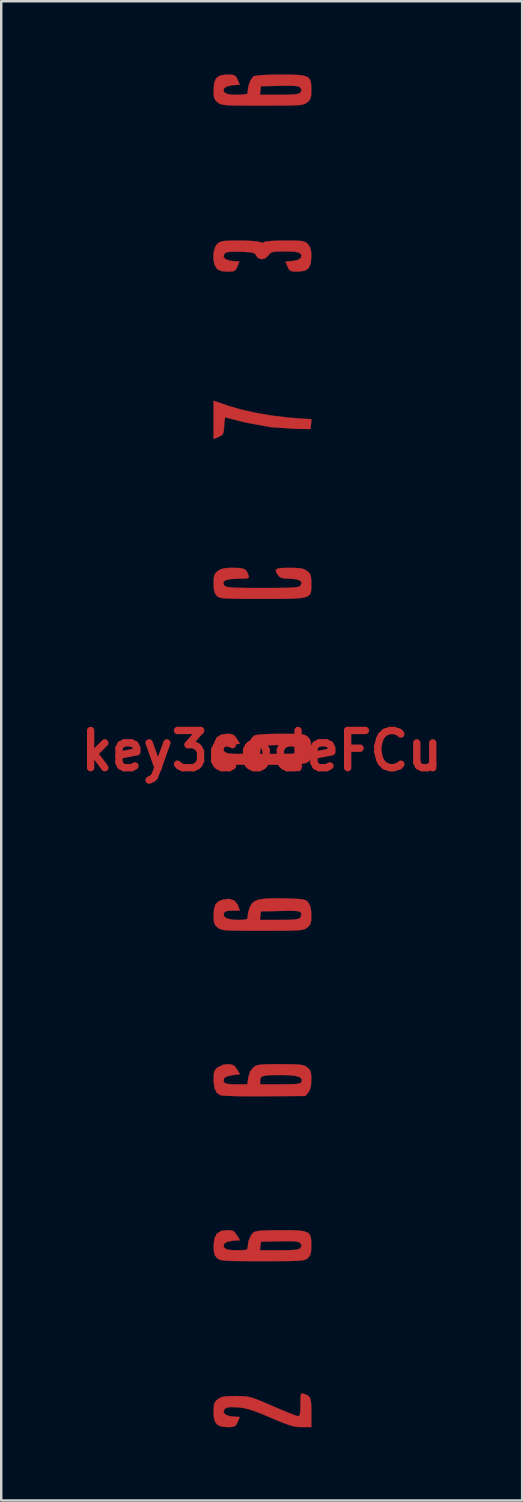
<source format=kicad_pcb>
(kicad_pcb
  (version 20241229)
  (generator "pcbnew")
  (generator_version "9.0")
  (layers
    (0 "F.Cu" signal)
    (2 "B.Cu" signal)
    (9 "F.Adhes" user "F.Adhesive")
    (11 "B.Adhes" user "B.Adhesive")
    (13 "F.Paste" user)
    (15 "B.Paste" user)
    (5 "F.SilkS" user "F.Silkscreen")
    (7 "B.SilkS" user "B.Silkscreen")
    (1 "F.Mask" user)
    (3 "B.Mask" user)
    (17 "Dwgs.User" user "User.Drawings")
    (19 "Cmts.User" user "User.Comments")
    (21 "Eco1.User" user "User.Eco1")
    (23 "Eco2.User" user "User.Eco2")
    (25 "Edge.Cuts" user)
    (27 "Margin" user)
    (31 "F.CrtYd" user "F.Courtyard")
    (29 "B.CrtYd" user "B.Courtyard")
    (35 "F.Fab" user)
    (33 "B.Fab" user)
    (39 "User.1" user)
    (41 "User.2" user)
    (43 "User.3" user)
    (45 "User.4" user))
  (footprint "key3codeFCu"
    (layer "F.Cu")
    (at 7.664 27.691)
    (property "Reference" "key3codeFCu" (at 0 0 0) (layer "F.Cu") (effects (font (size 1.524 1.524) (thickness 0.3))))
    (attr through_hole)
    (fp_poly (pts (xy -1.347 -14.121) (xy -0.836 -13.971) (xy -0.237 -13.838) (xy 0.413 -13.727) (xy 1.074 -13.647) (xy 1.416 -13.618) (xy 2.039 -13.577) (xy 2 -13.176) (xy 1.388 -13.184) (xy 0.384 -13.252) (xy -0.623 -13.434) (xy -0.879 -13.497) (xy -1.135 -13.564) (xy -1.34 -13.616) (xy -1.468 -13.647) (xy -1.495 -13.652) (xy -1.51 -13.595) (xy -1.527 -13.447) (xy -1.537 -13.298) (xy -1.553 -13.092) (xy -1.588 -12.974) (xy -1.662 -12.904) (xy -1.762 -12.856) (xy -1.968 -12.77) (xy -1.968 -14.334) (xy -1.347 -14.121)) (stroke (width 0.01) (type solid)) (fill yes) (layer "F.Cu"))
    (fp_poly (pts (xy 1.73 26.324) (xy 1.865 26.375) (xy 1.953 26.447) (xy 2.003 26.564) (xy 2.026 26.753) (xy 2.032 27.04) (xy 2.032 27.091) (xy 2.032 27.686) (xy 1.647 27.686) (xy 1.479 27.679) (xy 1.314 27.655) (xy 1.127 27.603) (xy 0.891 27.518) (xy 0.581 27.392) (xy 0.361 27.297) (xy -0.021 27.136) (xy -0.318 27.023) (xy -0.556 26.948) (xy -0.763 26.902) (xy -0.968 26.878) (xy -0.986 26.877) (xy -1.236 26.866) (xy -1.392 26.877) (xy -1.485 26.916) (xy -1.518 26.948) (xy -1.564 27.07) (xy -1.495 27.169) (xy -1.322 27.234) (xy -1.175 27.254) (xy -0.899 27.273) (xy -0.986 27.48) (xy -1.048 27.602) (xy -1.126 27.663) (xy -1.262 27.684) (xy -1.394 27.686) (xy -1.634 27.667) (xy -1.792 27.601) (xy -1.841 27.559) (xy -1.92 27.446) (xy -1.959 27.284) (xy -1.968 27.056) (xy -1.961 26.834) (xy -1.931 26.697) (xy -1.863 26.601) (xy -1.801 26.548) (xy -1.698 26.482) (xy -1.571 26.442) (xy -1.388 26.422) (xy -1.115 26.416) (xy -1.064 26.416) (xy -0.849 26.418) (xy -0.675 26.427) (xy -0.516 26.452) (xy -0.345 26.5) (xy -0.135 26.578) (xy 0.141 26.693) (xy 0.454 26.829) (xy 0.78 26.968) (xy 1.069 27.087) (xy 1.3 27.178) (xy 1.451 27.231) (xy 1.495 27.241) (xy 1.544 27.214) (xy 1.573 27.118) (xy 1.586 26.93) (xy 1.587 26.761) (xy 1.589 26.518) (xy 1.6 26.378) (xy 1.627 26.317) (xy 1.679 26.31) (xy 1.73 26.324)) (stroke (width 0.01) (type solid)) (fill yes) (layer "F.Cu"))
    (fp_poly (pts (xy 1.127 12.828) (xy 1.392 12.835) (xy 1.577 12.848) (xy 1.702 12.872) (xy 1.791 12.908) (xy 1.865 12.959) (xy 1.962 13.051) (xy 2.012 13.162) (xy 2.03 13.333) (xy 2.032 13.46) (xy 2.015 13.727) (xy 1.957 13.909) (xy 1.911 13.979) (xy 1.789 14.129) (xy 0.117 14.142) (xy -0.338 14.144) (xy -0.757 14.141) (xy -1.12 14.134) (xy -1.411 14.124) (xy -1.609 14.112) (xy -1.694 14.098) (xy -1.843 13.993) (xy -1.931 13.814) (xy -1.967 13.542) (xy -1.968 13.439) (xy -1.96 13.224) (xy -1.923 13.091) (xy -1.842 12.992) (xy -1.801 12.959) (xy -1.575 12.851) (xy -1.388 12.827) (xy -1.209 12.845) (xy -1.094 12.922) (xy -1.015 13.033) (xy -0.889 13.24) (xy -1.175 13.274) (xy -1.417 13.324) (xy -1.543 13.403) (xy -1.56 13.518) (xy -1.551 13.547) (xy -1.504 13.604) (xy -1.401 13.636) (xy -1.215 13.651) (xy -1.049 13.652) (xy -0.588 13.652) (xy -0.568 13.501) (xy -0.064 13.501) (xy -0.064 13.652) (xy 0.764 13.652) (xy 1.108 13.65) (xy 1.346 13.643) (xy 1.498 13.627) (xy 1.585 13.6) (xy 1.626 13.561) (xy 1.632 13.548) (xy 1.637 13.436) (xy 1.55 13.355) (xy 1.36 13.303) (xy 1.06 13.276) (xy 0.787 13.271) (xy 0.442 13.275) (xy 0.204 13.288) (xy 0.054 13.316) (xy -0.027 13.365) (xy -0.059 13.44) (xy -0.064 13.501) (xy -0.568 13.501) (xy -0.552 13.383) (xy -0.468 13.114) (xy -0.35 12.97) (xy -0.277 12.914) (xy -0.196 12.875) (xy -0.084 12.85) (xy 0.082 12.836) (xy 0.326 12.829) (xy 0.668 12.827) (xy 0.757 12.827) (xy 1.127 12.828)) (stroke (width 0.01) (type solid)) (fill yes) (layer "F.Cu"))
    (fp_poly (pts (xy -1.225 -0.685) (xy -1.111 -0.623) (xy -1.015 -0.492) (xy -0.889 -0.286) (xy -1.17 -0.267) (xy -1.399 -0.226) (xy -1.534 -0.147) (xy -1.563 -0.041) (xy -1.524 0.032) (xy -1.424 0.09) (xy -1.234 0.12) (xy -1.008 0.127) (xy -0.072 0.127) (xy 0.718 0.127) (xy 1.068 0.124) (xy 1.311 0.113) (xy 1.467 0.091) (xy 1.557 0.058) (xy 1.587 0.032) (xy 1.634 -0.069) (xy 1.586 -0.161) (xy 1.528 -0.203) (xy 1.425 -0.229) (xy 1.254 -0.243) (xy 0.994 -0.245) (xy 0.737 -0.24) (xy -0.032 -0.222) (xy -0.072 0.127) (xy -1.008 0.127) (xy -0.778 0.124) (xy -0.648 0.11) (xy -0.588 0.074) (xy -0.572 0.007) (xy -0.572 -0.028) (xy -0.535 -0.264) (xy -0.44 -0.482) (xy -0.331 -0.612) (xy -0.239 -0.647) (xy -0.061 -0.672) (xy 0.214 -0.688) (xy 0.599 -0.696) (xy 0.766 -0.696) (xy 1.144 -0.696) (xy 1.417 -0.691) (xy 1.606 -0.68) (xy 1.732 -0.659) (xy 1.816 -0.627) (xy 1.88 -0.581) (xy 1.893 -0.569) (xy 1.976 -0.466) (xy 2.018 -0.327) (xy 2.032 -0.111) (xy 2.032 -0.061) (xy 2.032 0.115) (xy 2.021 0.255) (xy 1.989 0.363) (xy 1.92 0.443) (xy 1.803 0.499) (xy 1.624 0.536) (xy 1.37 0.558) (xy 1.028 0.568) (xy 0.585 0.571) (xy 0.032 0.572) (xy -0.486 0.571) (xy -0.892 0.569) (xy -1.2 0.565) (xy -1.427 0.557) (xy -1.587 0.544) (xy -1.695 0.526) (xy -1.766 0.501) (xy -1.816 0.469) (xy -1.841 0.445) (xy -1.921 0.33) (xy -1.959 0.164) (xy -1.968 -0.052) (xy -1.937 -0.355) (xy -1.837 -0.556) (xy -1.658 -0.666) (xy -1.408 -0.699) (xy -1.225 -0.685)) (stroke (width 0.01) (type solid)) (fill yes) (layer "F.Cu"))
    (fp_poly (pts (xy -1.225 19.635) (xy -1.111 19.697) (xy -1.015 19.828) (xy -0.889 20.034) (xy -1.17 20.053) (xy -1.399 20.094) (xy -1.534 20.173) (xy -1.563 20.279) (xy -1.524 20.352) (xy -1.424 20.41) (xy -1.234 20.44) (xy -1.008 20.447) (xy -0.072 20.447) (xy 0.718 20.447) (xy 1.068 20.444) (xy 1.311 20.433) (xy 1.467 20.411) (xy 1.557 20.378) (xy 1.587 20.352) (xy 1.634 20.251) (xy 1.586 20.159) (xy 1.528 20.117) (xy 1.425 20.091) (xy 1.254 20.077) (xy 0.994 20.075) (xy 0.737 20.08) (xy -0.032 20.098) (xy -0.072 20.447) (xy -1.008 20.447) (xy -0.778 20.444) (xy -0.648 20.43) (xy -0.588 20.394) (xy -0.572 20.327) (xy -0.572 20.292) (xy -0.535 20.056) (xy -0.44 19.838) (xy -0.331 19.708) (xy -0.239 19.673) (xy -0.063 19.648) (xy 0.21 19.632) (xy 0.592 19.624) (xy 0.778 19.624) (xy 1.206 19.625) (xy 1.524 19.638) (xy 1.748 19.67) (xy 1.894 19.729) (xy 1.979 19.824) (xy 2.019 19.963) (xy 2.031 20.154) (xy 2.032 20.254) (xy 2.022 20.488) (xy 1.986 20.638) (xy 1.911 20.744) (xy 1.893 20.762) (xy 1.846 20.801) (xy 1.788 20.831) (xy 1.704 20.853) (xy 1.577 20.869) (xy 1.394 20.88) (xy 1.139 20.887) (xy 0.796 20.89) (xy 0.35 20.891) (xy 0.032 20.892) (xy -0.482 20.891) (xy -0.884 20.889) (xy -1.189 20.885) (xy -1.413 20.876) (xy -1.571 20.864) (xy -1.679 20.845) (xy -1.751 20.819) (xy -1.802 20.786) (xy -1.83 20.762) (xy -1.914 20.656) (xy -1.956 20.513) (xy -1.968 20.29) (xy -1.968 20.265) (xy -1.937 19.964) (xy -1.835 19.763) (xy -1.655 19.653) (xy -1.408 19.622) (xy -1.225 19.635)) (stroke (width 0.01) (type solid)) (fill yes) (layer "F.Cu"))
    (fp_poly (pts (xy 1.282 -20.89) (xy 1.515 -20.884) (xy 1.67 -20.868) (xy 1.771 -20.84) (xy 1.842 -20.795) (xy 1.894 -20.745) (xy 1.98 -20.619) (xy 2.022 -20.454) (xy 2.032 -20.237) (xy 2.007 -19.947) (xy 1.921 -19.76) (xy 1.759 -19.657) (xy 1.505 -19.622) (xy 1.461 -19.622) (xy 1.269 -19.628) (xy 1.161 -19.662) (xy 1.096 -19.745) (xy 1.059 -19.828) (xy 0.974 -20.034) (xy 1.244 -20.053) (xy 1.468 -20.095) (xy 1.6 -20.175) (xy 1.626 -20.282) (xy 1.587 -20.352) (xy 1.509 -20.402) (xy 1.361 -20.432) (xy 1.119 -20.445) (xy 0.946 -20.447) (xy 0.675 -20.445) (xy 0.501 -20.433) (xy 0.395 -20.405) (xy 0.327 -20.353) (xy 0.28 -20.288) (xy 0.143 -20.163) (xy -0.017 -20.128) (xy -0.159 -20.184) (xy -0.223 -20.272) (xy -0.263 -20.341) (xy -0.33 -20.384) (xy -0.449 -20.41) (xy -0.648 -20.425) (xy -0.863 -20.433) (xy -1.156 -20.438) (xy -1.348 -20.427) (xy -1.463 -20.398) (xy -1.522 -20.354) (xy -1.565 -20.236) (xy -1.493 -20.138) (xy -1.321 -20.072) (xy -1.181 -20.053) (xy -0.911 -20.034) (xy -0.995 -19.828) (xy -1.056 -19.705) (xy -1.133 -19.644) (xy -1.269 -19.623) (xy -1.397 -19.622) (xy -1.637 -19.641) (xy -1.796 -19.709) (xy -1.841 -19.748) (xy -1.937 -19.92) (xy -1.978 -20.158) (xy -1.966 -20.412) (xy -1.902 -20.636) (xy -1.822 -20.753) (xy -1.747 -20.813) (xy -1.658 -20.853) (xy -1.529 -20.876) (xy -1.332 -20.888) (xy -1.043 -20.891) (xy -0.928 -20.892) (xy -0.623 -20.886) (xy -0.356 -20.872) (xy -0.158 -20.851) (xy -0.063 -20.828) (xy 0.058 -20.799) (xy 0.095 -20.828) (xy 0.173 -20.854) (xy 0.357 -20.874) (xy 0.627 -20.887) (xy 0.945 -20.892) (xy 1.282 -20.89)) (stroke (width 0.01) (type solid)) (fill yes) (layer "F.Cu"))
    (fp_poly (pts (xy 1.422 -7.488) (xy 1.616 -7.47) (xy 1.748 -7.433) (xy 1.853 -7.37) (xy 1.865 -7.361) (xy 1.961 -7.27) (xy 2.011 -7.161) (xy 2.03 -6.993) (xy 2.032 -6.853) (xy 2.032 -6.678) (xy 2.021 -6.539) (xy 1.988 -6.431) (xy 1.92 -6.351) (xy 1.802 -6.295) (xy 1.623 -6.258) (xy 1.368 -6.237) (xy 1.026 -6.226) (xy 0.583 -6.223) (xy 0.032 -6.223) (xy -0.486 -6.223) (xy -0.892 -6.225) (xy -1.2 -6.23) (xy -1.427 -6.238) (xy -1.587 -6.25) (xy -1.695 -6.269) (xy -1.766 -6.293) (xy -1.816 -6.326) (xy -1.841 -6.35) (xy -1.92 -6.463) (xy -1.959 -6.625) (xy -1.968 -6.853) (xy -1.961 -7.075) (xy -1.931 -7.212) (xy -1.863 -7.308) (xy -1.801 -7.361) (xy -1.679 -7.435) (xy -1.525 -7.476) (xy -1.298 -7.492) (xy -1.174 -7.493) (xy -0.906 -7.485) (xy -0.735 -7.453) (xy -0.631 -7.381) (xy -0.565 -7.256) (xy -0.543 -7.191) (xy -0.527 -7.119) (xy -0.55 -7.076) (xy -0.637 -7.055) (xy -0.812 -7.049) (xy -0.972 -7.048) (xy -1.293 -7.031) (xy -1.494 -6.98) (xy -1.575 -6.895) (xy -1.535 -6.777) (xy -1.524 -6.763) (xy -1.48 -6.732) (xy -1.397 -6.708) (xy -1.259 -6.691) (xy -1.052 -6.679) (xy -0.759 -6.672) (xy -0.368 -6.668) (xy 0.032 -6.668) (xy 0.515 -6.669) (xy 0.887 -6.673) (xy 1.161 -6.681) (xy 1.354 -6.693) (xy 1.48 -6.712) (xy 1.555 -6.737) (xy 1.587 -6.763) (xy 1.636 -6.882) (xy 1.568 -6.973) (xy 1.392 -7.03) (xy 1.139 -7.048) (xy 0.917 -7.057) (xy 0.782 -7.089) (xy 0.695 -7.157) (xy 0.67 -7.19) (xy 0.589 -7.323) (xy 0.577 -7.41) (xy 0.648 -7.462) (xy 0.816 -7.486) (xy 1.095 -7.493) (xy 1.134 -7.493) (xy 1.422 -7.488)) (stroke (width 0.01) (type solid)) (fill yes) (layer "F.Cu"))
    (fp_poly (pts (xy 1.216 -27.683) (xy 1.531 -27.67) (xy 1.753 -27.637) (xy 1.897 -27.576) (xy 1.981 -27.48) (xy 2.02 -27.338) (xy 2.031 -27.144) (xy 2.032 -27.056) (xy 2.025 -26.834) (xy 1.994 -26.697) (xy 1.926 -26.601) (xy 1.865 -26.548) (xy 1.808 -26.508) (xy 1.743 -26.477) (xy 1.652 -26.454) (xy 1.52 -26.437) (xy 1.331 -26.427) (xy 1.069 -26.42) (xy 0.718 -26.417) (xy 0.264 -26.416) (xy 0.032 -26.416) (xy -0.473 -26.416) (xy -0.866 -26.419) (xy -1.164 -26.423) (xy -1.383 -26.432) (xy -1.537 -26.446) (xy -1.644 -26.466) (xy -1.719 -26.493) (xy -1.777 -26.529) (xy -1.801 -26.548) (xy -1.897 -26.639) (xy -1.948 -26.748) (xy -1.966 -26.916) (xy -1.968 -27.056) (xy -1.945 -27.349) (xy -1.865 -27.54) (xy -1.711 -27.646) (xy -1.467 -27.685) (xy -1.394 -27.686) (xy -1.201 -27.68) (xy -1.092 -27.646) (xy -1.025 -27.564) (xy -0.986 -27.48) (xy -0.899 -27.273) (xy -1.175 -27.254) (xy -1.401 -27.213) (xy -1.535 -27.133) (xy -1.563 -27.027) (xy -1.524 -26.956) (xy -1.424 -26.898) (xy -1.234 -26.867) (xy -1.008 -26.86) (xy -0.072 -26.86) (xy 0.718 -26.86) (xy 1.068 -26.864) (xy 1.311 -26.875) (xy 1.467 -26.896) (xy 1.557 -26.93) (xy 1.587 -26.956) (xy 1.634 -27.057) (xy 1.586 -27.148) (xy 1.528 -27.19) (xy 1.425 -27.217) (xy 1.254 -27.23) (xy 0.994 -27.232) (xy 0.737 -27.228) (xy -0.032 -27.21) (xy -0.072 -26.86) (xy -1.008 -26.86) (xy -0.778 -26.863) (xy -0.648 -26.878) (xy -0.588 -26.914) (xy -0.572 -26.98) (xy -0.572 -27.01) (xy -0.541 -27.23) (xy -0.463 -27.441) (xy -0.358 -27.592) (xy -0.315 -27.624) (xy -0.213 -27.645) (xy -0.01 -27.664) (xy 0.271 -27.677) (xy 0.603 -27.685) (xy 0.79 -27.686) (xy 1.216 -27.683)) (stroke (width 0.01) (type solid)) (fill yes) (layer "F.Cu"))
    (fp_poly (pts (xy 0.909 6.041) (xy 0.947 6.042) (xy 1.29 6.052) (xy 1.53 6.065) (xy 1.689 6.084) (xy 1.791 6.113) (xy 1.859 6.157) (xy 1.911 6.214) (xy 1.992 6.367) (xy 2.028 6.587) (xy 2.032 6.733) (xy 2.025 6.953) (xy 1.993 7.09) (xy 1.922 7.186) (xy 1.865 7.234) (xy 1.808 7.274) (xy 1.743 7.305) (xy 1.652 7.328) (xy 1.52 7.345) (xy 1.331 7.355) (xy 1.069 7.362) (xy 0.718 7.365) (xy 0.264 7.366) (xy 0.032 7.366) (xy -0.473 7.366) (xy -0.866 7.363) (xy -1.164 7.359) (xy -1.383 7.35) (xy -1.537 7.336) (xy -1.644 7.316) (xy -1.719 7.289) (xy -1.777 7.253) (xy -1.801 7.234) (xy -1.901 7.138) (xy -1.951 7.021) (xy -1.968 6.84) (xy -1.968 6.754) (xy -1.952 6.47) (xy -1.892 6.283) (xy -1.773 6.164) (xy -1.602 6.093) (xy -1.332 6.059) (xy -1.122 6.128) (xy -0.982 6.299) (xy -0.964 6.345) (xy -0.896 6.54) (xy -1.203 6.54) (xy -1.408 6.553) (xy -1.518 6.598) (xy -1.552 6.65) (xy -1.547 6.775) (xy -1.424 6.863) (xy -1.189 6.912) (xy -0.972 6.921) (xy -0.072 6.921) (xy 0.718 6.921) (xy 1.079 6.918) (xy 1.33 6.905) (xy 1.488 6.881) (xy 1.571 6.844) (xy 1.581 6.834) (xy 1.623 6.705) (xy 1.613 6.642) (xy 1.581 6.598) (xy 1.513 6.57) (xy 1.387 6.554) (xy 1.181 6.549) (xy 0.876 6.552) (xy 0.77 6.555) (xy -0.032 6.572) (xy -0.072 6.921) (xy -0.972 6.921) (xy -0.754 6.919) (xy -0.634 6.902) (xy -0.583 6.86) (xy -0.572 6.781) (xy -0.572 6.761) (xy -0.547 6.591) (xy -0.486 6.396) (xy -0.481 6.384) (xy -0.404 6.251) (xy -0.288 6.154) (xy -0.116 6.089) (xy 0.129 6.051) (xy 0.465 6.036) (xy 0.909 6.041)) (stroke (width 0.01) (type solid)) (fill yes) (layer "F.Cu")))
  (gr_rect
    (start -3 -3)
    (end 18.327 58.382)
    (stroke (width 0.1) (type default))
    (fill no)
    (layer "Edge.Cuts")))
</source>
